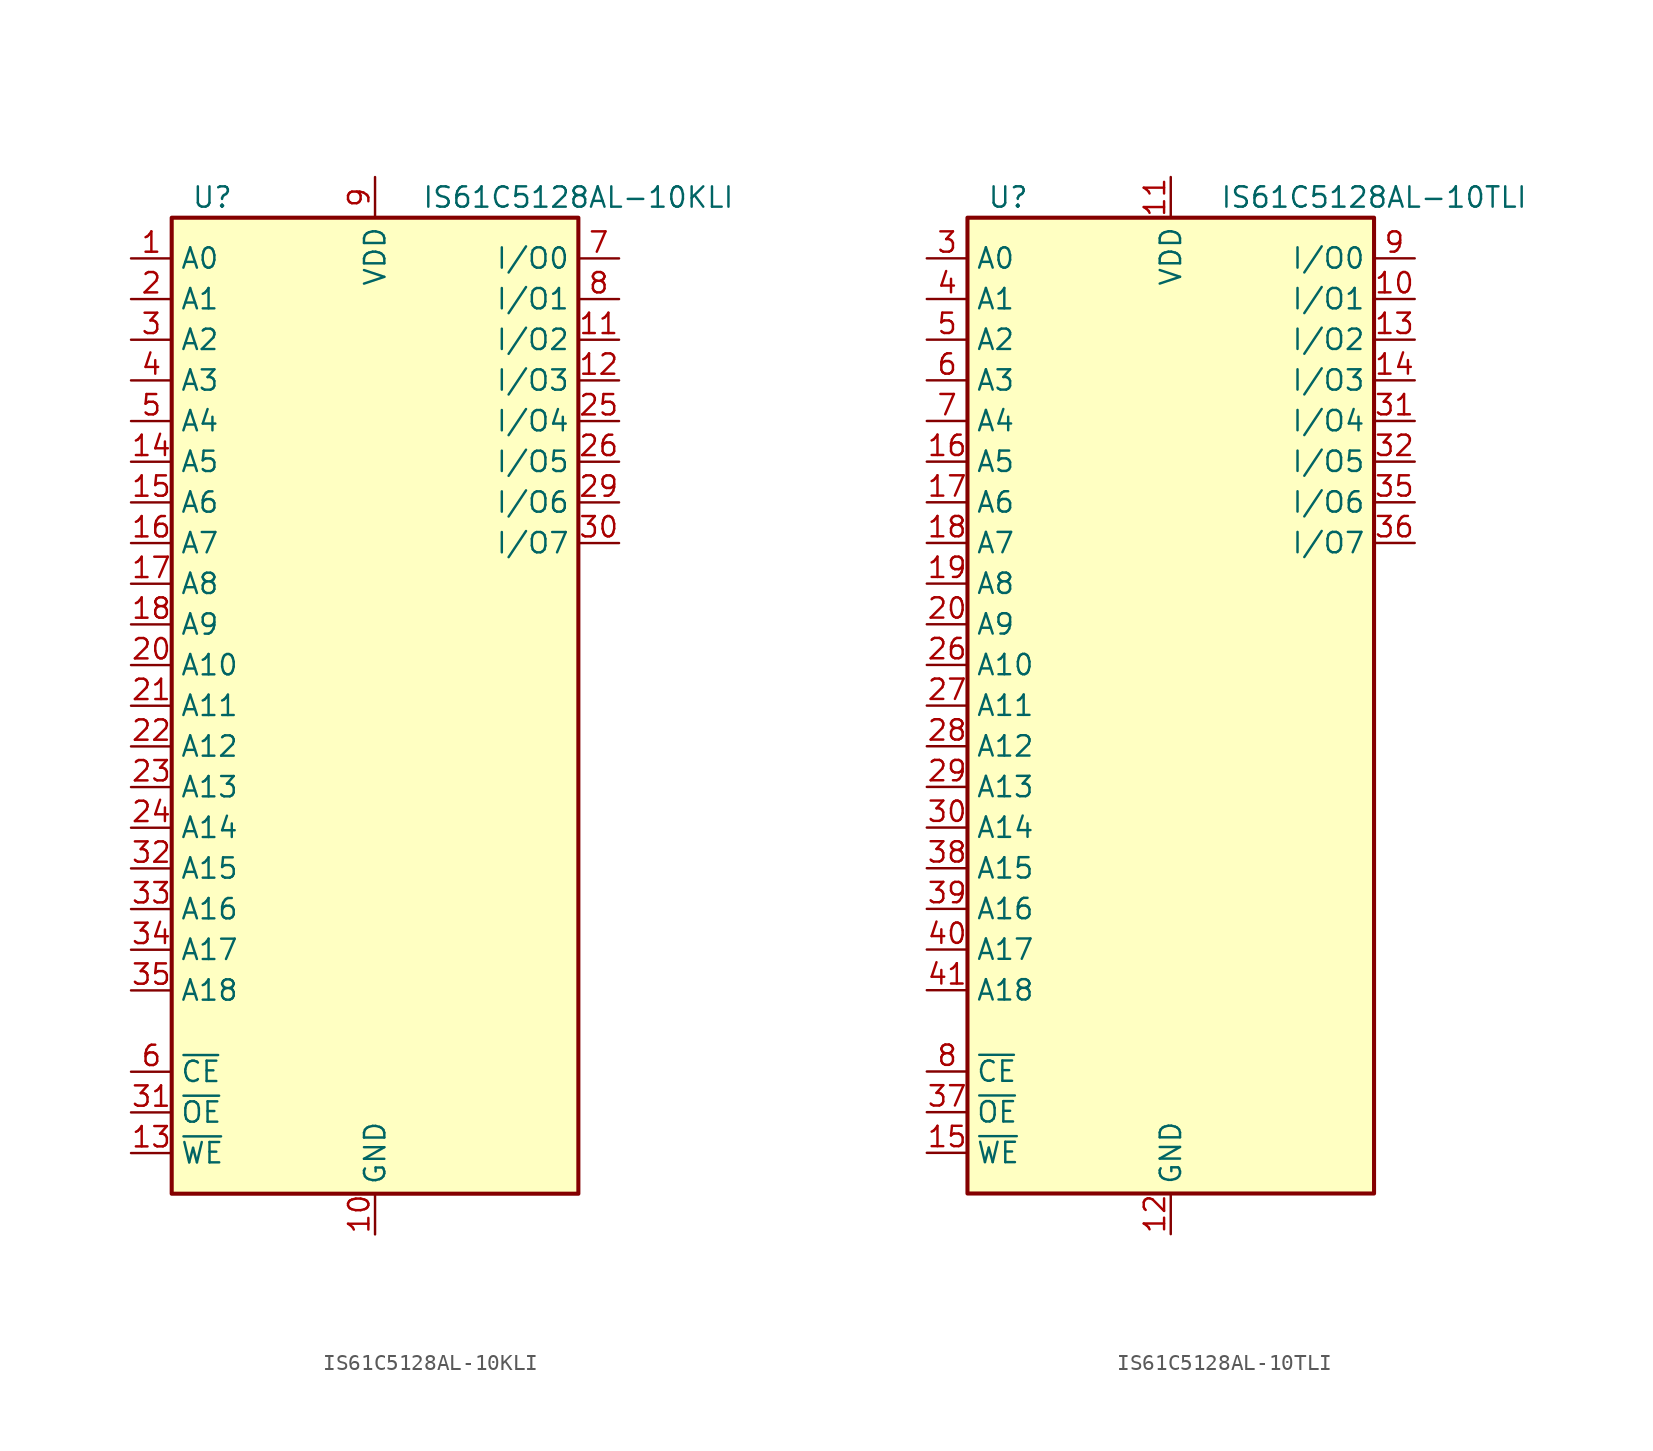
<source format=kicad_sym>
(kicad_symbol_lib
  (version 20241209)
  (generator "kicad_symbol_editor")
  (generator_version "9.0")
  (symbol "IS61C5128AL-10KLI"
    (property "Reference" "U"
      (at -10.16 31.75 0)
      (effects (font (size 1.27 1.27))))
    (property "Value" "IS61C5128AL-10KLI"
      (at 12.7 31.75 0)
      (effects (font (size 1.27 1.27))))
    (symbol "IS61C5128AL-10KLI_0_1"
      (rectangle (start -12.7 30.48) (end 12.7 -30.48) (stroke (width 0.254) (type default)) (fill (type background))))
    (symbol "IS61C5128AL-10KLI_1_1"
      (pin input line (at -15.24 27.94 0) (length 2.54) (name "A0" (effects (font (size 1.27 1.27)))) (number "1" (effects (font (size 1.27 1.27)))))
      (pin input line (at -15.24 25.4 0) (length 2.54) (name "A1" (effects (font (size 1.27 1.27)))) (number "2" (effects (font (size 1.27 1.27)))))
      (pin input line (at -15.24 22.86 0) (length 2.54) (name "A2" (effects (font (size 1.27 1.27)))) (number "3" (effects (font (size 1.27 1.27)))))
      (pin input line (at -15.24 20.32 0) (length 2.54) (name "A3" (effects (font (size 1.27 1.27)))) (number "4" (effects (font (size 1.27 1.27)))))
      (pin input line (at -15.24 17.78 0) (length 2.54) (name "A4" (effects (font (size 1.27 1.27)))) (number "5" (effects (font (size 1.27 1.27)))))
      (pin input line (at -15.24 15.24 0) (length 2.54) (name "A5" (effects (font (size 1.27 1.27)))) (number "14" (effects (font (size 1.27 1.27)))))
      (pin input line (at -15.24 12.7 0) (length 2.54) (name "A6" (effects (font (size 1.27 1.27)))) (number "15" (effects (font (size 1.27 1.27)))))
      (pin input line (at -15.24 10.16 0) (length 2.54) (name "A7" (effects (font (size 1.27 1.27)))) (number "16" (effects (font (size 1.27 1.27)))))
      (pin input line (at -15.24 7.62 0) (length 2.54) (name "A8" (effects (font (size 1.27 1.27)))) (number "17" (effects (font (size 1.27 1.27)))))
      (pin input line (at -15.24 5.08 0) (length 2.54) (name "A9" (effects (font (size 1.27 1.27)))) (number "18" (effects (font (size 1.27 1.27)))))
      (pin input line (at -15.24 2.54 0) (length 2.54) (name "A10" (effects (font (size 1.27 1.27)))) (number "20" (effects (font (size 1.27 1.27)))))
      (pin input line (at -15.24 0 0) (length 2.54) (name "A11" (effects (font (size 1.27 1.27)))) (number "21" (effects (font (size 1.27 1.27)))))
      (pin input line (at -15.24 -2.54 0) (length 2.54) (name "A12" (effects (font (size 1.27 1.27)))) (number "22" (effects (font (size 1.27 1.27)))))
      (pin input line (at -15.24 -5.08 0) (length 2.54) (name "A13" (effects (font (size 1.27 1.27)))) (number "23" (effects (font (size 1.27 1.27)))))
      (pin input line (at -15.24 -7.62 0) (length 2.54) (name "A14" (effects (font (size 1.27 1.27)))) (number "24" (effects (font (size 1.27 1.27)))))
      (pin input line (at -15.24 -10.16 0) (length 2.54) (name "A15" (effects (font (size 1.27 1.27)))) (number "32" (effects (font (size 1.27 1.27)))))
      (pin input line (at -15.24 -12.7 0) (length 2.54) (name "A16" (effects (font (size 1.27 1.27)))) (number "33" (effects (font (size 1.27 1.27)))))
      (pin input line (at -15.24 -15.24 0) (length 2.54) (name "A17" (effects (font (size 1.27 1.27)))) (number "34" (effects (font (size 1.27 1.27)))))
      (pin input line (at -15.24 -17.78 0) (length 2.54) (name "A18" (effects (font (size 1.27 1.27)))) (number "35" (effects (font (size 1.27 1.27)))))
      (pin input line (at -15.24 -22.86 0) (length 2.54) (name "~{CE}" (effects (font (size 1.27 1.27)))) (number "6" (effects (font (size 1.27 1.27)))))
      (pin input line (at -15.24 -25.4 0) (length 2.54) (name "~{OE}" (effects (font (size 1.27 1.27)))) (number "31" (effects (font (size 1.27 1.27)))))
      (pin input line (at -15.24 -27.94 0) (length 2.54) (name "~{WE}" (effects (font (size 1.27 1.27)))) (number "13" (effects (font (size 1.27 1.27)))))
      (pin passive line (at 0 33.02 270) (length 2.54) (hide yes) (name "VDD" (effects (font (size 1.27 1.27)))) (number "27" (effects (font (size 1.27 1.27)))))
      (pin power_in line (at 0 33.02 270) (length 2.54) (name "VDD" (effects (font (size 1.27 1.27)))) (number "9" (effects (font (size 1.27 1.27)))))
      (pin power_in line (at 0 -33.02 90) (length 2.54) (name "GND" (effects (font (size 1.27 1.27)))) (number "10" (effects (font (size 1.27 1.27)))))
      (pin passive line (at 0 -33.02 90) (length 2.54) (hide yes) (name "GND" (effects (font (size 1.27 1.27)))) (number "28" (effects (font (size 1.27 1.27)))))
      (pin no_connect line (at 12.7 -25.4 180) (length 2.54) (hide yes) (name "NC" (effects (font (size 1.27 1.27)))) (number "36" (effects (font (size 1.27 1.27)))))
      (pin no_connect line (at 12.7 -27.94 180) (length 2.54) (hide yes) (name "NC" (effects (font (size 1.27 1.27)))) (number "19" (effects (font (size 1.27 1.27)))))
      (pin bidirectional line (at 15.24 27.94 180) (length 2.54) (name "I/O0" (effects (font (size 1.27 1.27)))) (number "7" (effects (font (size 1.27 1.27)))))
      (pin bidirectional line (at 15.24 25.4 180) (length 2.54) (name "I/O1" (effects (font (size 1.27 1.27)))) (number "8" (effects (font (size 1.27 1.27)))))
      (pin bidirectional line (at 15.24 22.86 180) (length 2.54) (name "I/O2" (effects (font (size 1.27 1.27)))) (number "11" (effects (font (size 1.27 1.27)))))
      (pin bidirectional line (at 15.24 20.32 180) (length 2.54) (name "I/O3" (effects (font (size 1.27 1.27)))) (number "12" (effects (font (size 1.27 1.27)))))
      (pin bidirectional line (at 15.24 17.78 180) (length 2.54) (name "I/O4" (effects (font (size 1.27 1.27)))) (number "25" (effects (font (size 1.27 1.27)))))
      (pin bidirectional line (at 15.24 15.24 180) (length 2.54) (name "I/O5" (effects (font (size 1.27 1.27)))) (number "26" (effects (font (size 1.27 1.27)))))
      (pin bidirectional line (at 15.24 12.7 180) (length 2.54) (name "I/O6" (effects (font (size 1.27 1.27)))) (number "29" (effects (font (size 1.27 1.27)))))
      (pin bidirectional line (at 15.24 10.16 180) (length 2.54) (name "I/O7" (effects (font (size 1.27 1.27)))) (number "30" (effects (font (size 1.27 1.27)))))))
  (symbol "IS61C5128AL-10TLI"
    (property "Reference" "U"
      (at -10.16 31.75 0)
      (effects (font (size 1.27 1.27))))
    (property "Value" "IS61C5128AL-10TLI"
      (at 12.7 31.75 0)
      (effects (font (size 1.27 1.27))))
    (symbol "IS61C5128AL-10TLI_0_1"
      (rectangle (start -12.7 30.48) (end 12.7 -30.48) (stroke (width 0.254) (type default)) (fill (type background))))
    (symbol "IS61C5128AL-10TLI_1_1"
      (pin input line (at -15.24 27.94 0) (length 2.54) (name "A0" (effects (font (size 1.27 1.27)))) (number "3" (effects (font (size 1.27 1.27)))))
      (pin input line (at -15.24 25.4 0) (length 2.54) (name "A1" (effects (font (size 1.27 1.27)))) (number "4" (effects (font (size 1.27 1.27)))))
      (pin input line (at -15.24 22.86 0) (length 2.54) (name "A2" (effects (font (size 1.27 1.27)))) (number "5" (effects (font (size 1.27 1.27)))))
      (pin input line (at -15.24 20.32 0) (length 2.54) (name "A3" (effects (font (size 1.27 1.27)))) (number "6" (effects (font (size 1.27 1.27)))))
      (pin input line (at -15.24 17.78 0) (length 2.54) (name "A4" (effects (font (size 1.27 1.27)))) (number "7" (effects (font (size 1.27 1.27)))))
      (pin input line (at -15.24 15.24 0) (length 2.54) (name "A5" (effects (font (size 1.27 1.27)))) (number "16" (effects (font (size 1.27 1.27)))))
      (pin input line (at -15.24 12.7 0) (length 2.54) (name "A6" (effects (font (size 1.27 1.27)))) (number "17" (effects (font (size 1.27 1.27)))))
      (pin input line (at -15.24 10.16 0) (length 2.54) (name "A7" (effects (font (size 1.27 1.27)))) (number "18" (effects (font (size 1.27 1.27)))))
      (pin input line (at -15.24 7.62 0) (length 2.54) (name "A8" (effects (font (size 1.27 1.27)))) (number "19" (effects (font (size 1.27 1.27)))))
      (pin input line (at -15.24 5.08 0) (length 2.54) (name "A9" (effects (font (size 1.27 1.27)))) (number "20" (effects (font (size 1.27 1.27)))))
      (pin input line (at -15.24 2.54 0) (length 2.54) (name "A10" (effects (font (size 1.27 1.27)))) (number "26" (effects (font (size 1.27 1.27)))))
      (pin input line (at -15.24 0 0) (length 2.54) (name "A11" (effects (font (size 1.27 1.27)))) (number "27" (effects (font (size 1.27 1.27)))))
      (pin input line (at -15.24 -2.54 0) (length 2.54) (name "A12" (effects (font (size 1.27 1.27)))) (number "28" (effects (font (size 1.27 1.27)))))
      (pin input line (at -15.24 -5.08 0) (length 2.54) (name "A13" (effects (font (size 1.27 1.27)))) (number "29" (effects (font (size 1.27 1.27)))))
      (pin input line (at -15.24 -7.62 0) (length 2.54) (name "A14" (effects (font (size 1.27 1.27)))) (number "30" (effects (font (size 1.27 1.27)))))
      (pin input line (at -15.24 -10.16 0) (length 2.54) (name "A15" (effects (font (size 1.27 1.27)))) (number "38" (effects (font (size 1.27 1.27)))))
      (pin input line (at -15.24 -12.7 0) (length 2.54) (name "A16" (effects (font (size 1.27 1.27)))) (number "39" (effects (font (size 1.27 1.27)))))
      (pin input line (at -15.24 -15.24 0) (length 2.54) (name "A17" (effects (font (size 1.27 1.27)))) (number "40" (effects (font (size 1.27 1.27)))))
      (pin input line (at -15.24 -17.78 0) (length 2.54) (name "A18" (effects (font (size 1.27 1.27)))) (number "41" (effects (font (size 1.27 1.27)))))
      (pin input line (at -15.24 -22.86 0) (length 2.54) (name "~{CE}" (effects (font (size 1.27 1.27)))) (number "8" (effects (font (size 1.27 1.27)))))
      (pin input line (at -15.24 -25.4 0) (length 2.54) (name "~{OE}" (effects (font (size 1.27 1.27)))) (number "37" (effects (font (size 1.27 1.27)))))
      (pin input line (at -15.24 -27.94 0) (length 2.54) (name "~{WE}" (effects (font (size 1.27 1.27)))) (number "15" (effects (font (size 1.27 1.27)))))
      (pin power_in line (at 0 33.02 270) (length 2.54) (name "VDD" (effects (font (size 1.27 1.27)))) (number "11" (effects (font (size 1.27 1.27)))))
      (pin passive line (at 0 33.02 270) (length 2.54) (hide yes) (name "VDD" (effects (font (size 1.27 1.27)))) (number "33" (effects (font (size 1.27 1.27)))))
      (pin power_in line (at 0 -33.02 90) (length 2.54) (name "GND" (effects (font (size 1.27 1.27)))) (number "12" (effects (font (size 1.27 1.27)))))
      (pin passive line (at 0 -33.02 90) (length 2.54) (hide yes) (name "GND" (effects (font (size 1.27 1.27)))) (number "34" (effects (font (size 1.27 1.27)))))
      (pin no_connect line (at 12.7 -5.08 180) (length 2.54) (hide yes) (name "NC" (effects (font (size 1.27 1.27)))) (number "44" (effects (font (size 1.27 1.27)))))
      (pin no_connect line (at 12.7 -7.62 180) (length 2.54) (hide yes) (name "NC" (effects (font (size 1.27 1.27)))) (number "43" (effects (font (size 1.27 1.27)))))
      (pin no_connect line (at 12.7 -10.16 180) (length 2.54) (hide yes) (name "NC" (effects (font (size 1.27 1.27)))) (number "42" (effects (font (size 1.27 1.27)))))
      (pin no_connect line (at 12.7 -12.7 180) (length 2.54) (hide yes) (name "NC" (effects (font (size 1.27 1.27)))) (number "25" (effects (font (size 1.27 1.27)))))
      (pin no_connect line (at 12.7 -15.24 180) (length 2.54) (hide yes) (name "NC" (effects (font (size 1.27 1.27)))) (number "24" (effects (font (size 1.27 1.27)))))
      (pin no_connect line (at 12.7 -17.78 180) (length 2.54) (hide yes) (name "NC" (effects (font (size 1.27 1.27)))) (number "23" (effects (font (size 1.27 1.27)))))
      (pin no_connect line (at 12.7 -20.32 180) (length 2.54) (hide yes) (name "NC" (effects (font (size 1.27 1.27)))) (number "22" (effects (font (size 1.27 1.27)))))
      (pin no_connect line (at 12.7 -22.86 180) (length 2.54) (hide yes) (name "NC" (effects (font (size 1.27 1.27)))) (number "21" (effects (font (size 1.27 1.27)))))
      (pin no_connect line (at 12.7 -25.4 180) (length 2.54) (hide yes) (name "NC" (effects (font (size 1.27 1.27)))) (number "2" (effects (font (size 1.27 1.27)))))
      (pin no_connect line (at 12.7 -27.94 180) (length 2.54) (hide yes) (name "NC" (effects (font (size 1.27 1.27)))) (number "1" (effects (font (size 1.27 1.27)))))
      (pin bidirectional line (at 15.24 27.94 180) (length 2.54) (name "I/O0" (effects (font (size 1.27 1.27)))) (number "9" (effects (font (size 1.27 1.27)))))
      (pin bidirectional line (at 15.24 25.4 180) (length 2.54) (name "I/O1" (effects (font (size 1.27 1.27)))) (number "10" (effects (font (size 1.27 1.27)))))
      (pin bidirectional line (at 15.24 22.86 180) (length 2.54) (name "I/O2" (effects (font (size 1.27 1.27)))) (number "13" (effects (font (size 1.27 1.27)))))
      (pin bidirectional line (at 15.24 20.32 180) (length 2.54) (name "I/O3" (effects (font (size 1.27 1.27)))) (number "14" (effects (font (size 1.27 1.27)))))
      (pin bidirectional line (at 15.24 17.78 180) (length 2.54) (name "I/O4" (effects (font (size 1.27 1.27)))) (number "31" (effects (font (size 1.27 1.27)))))
      (pin bidirectional line (at 15.24 15.24 180) (length 2.54) (name "I/O5" (effects (font (size 1.27 1.27)))) (number "32" (effects (font (size 1.27 1.27)))))
      (pin bidirectional line (at 15.24 12.7 180) (length 2.54) (name "I/O6" (effects (font (size 1.27 1.27)))) (number "35" (effects (font (size 1.27 1.27)))))
      (pin bidirectional line (at 15.24 10.16 180) (length 2.54) (name "I/O7" (effects (font (size 1.27 1.27)))) (number "36" (effects (font (size 1.27 1.27))))))))
</source>
